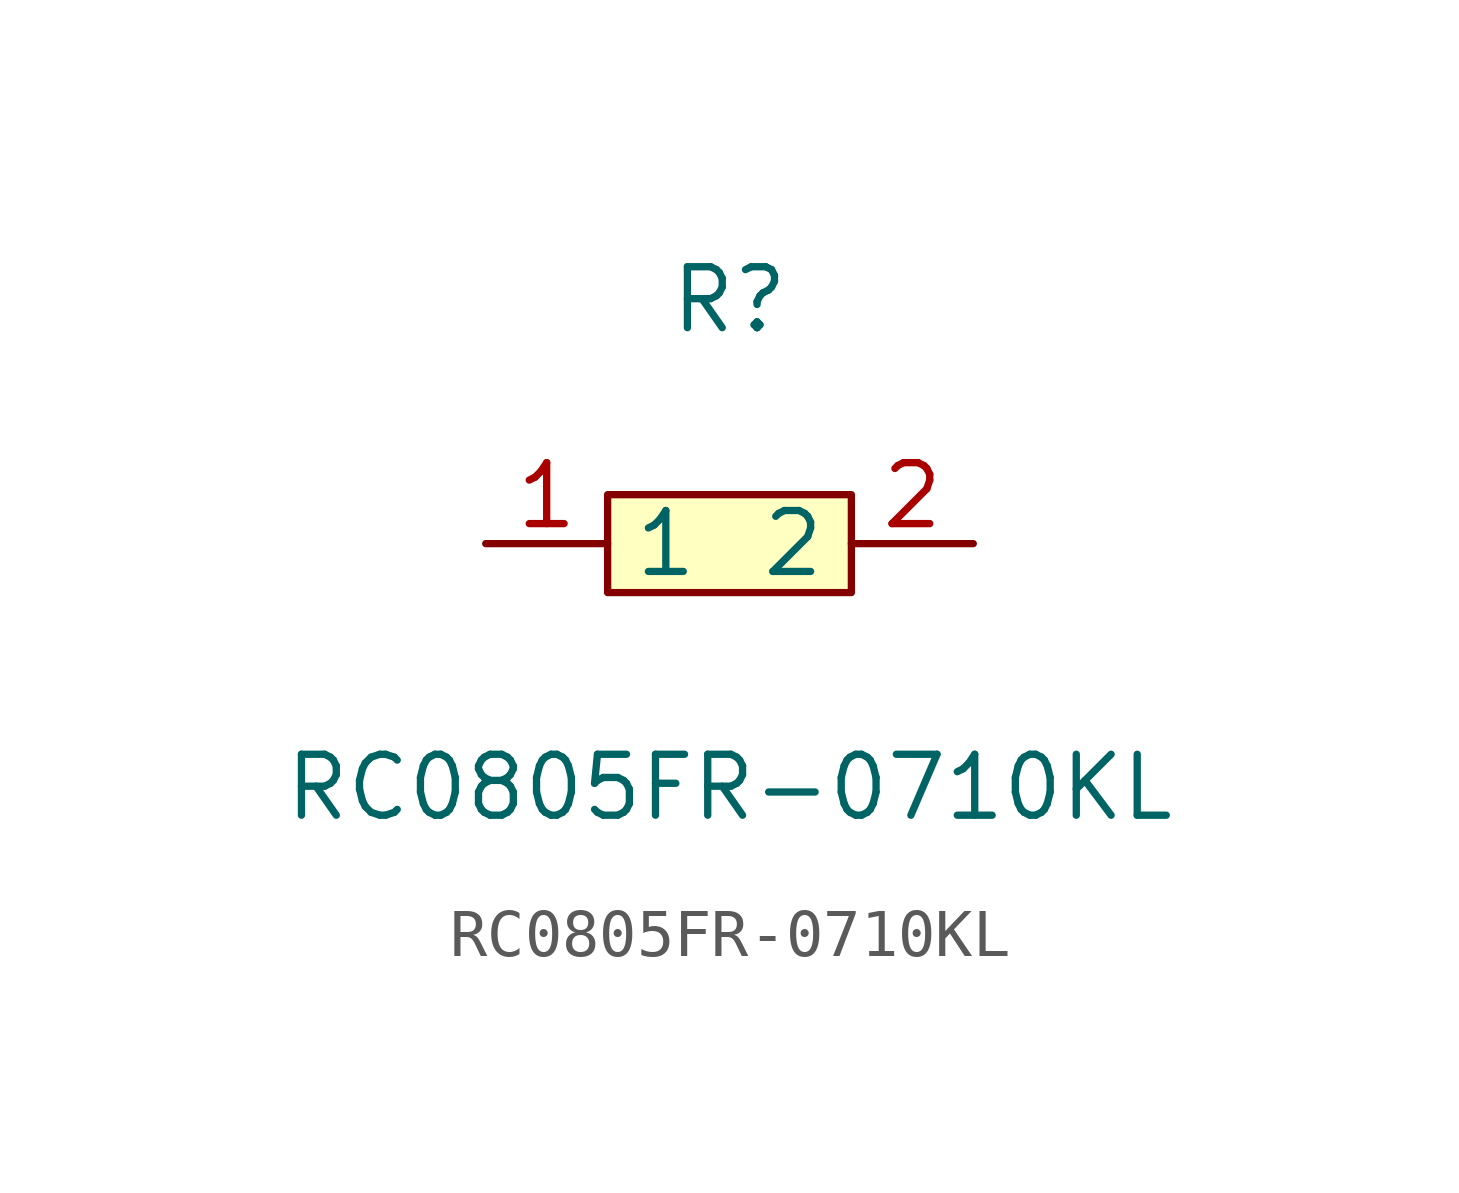
<source format=kicad_sym>
(kicad_symbol_lib
  (version 20211014)
  (generator https://github.com/uPesy/easyeda2kicad.py)
  (symbol "RC0805FR-0710KL"
    (property "Reference" "R"
      (at 0 5.08 0)
      (effects (font (size 1.27 1.27))))
    (property "Value" "RC0805FR-0710KL"
      (at 0 -5.08 0)
      (effects (font (size 1.27 1.27))))
    (symbol "RC0805FR-0710KL_0_1"
      (rectangle (start -2.54 1.02) (end 2.54 -1.02) (stroke (width 0) (type default) (color 0 0 0 0)) (fill (type background)))
      (pin input line (at 5.08 -0.00 180) (length 2.54) (name "2" (effects (font (size 1.27 1.27)))) (number "2" (effects (font (size 1.27 1.27)))))
      (pin input line (at -5.08 -0.00 0) (length 2.54) (name "1" (effects (font (size 1.27 1.27)))) (number "1" (effects (font (size 1.27 1.27))))))))
</source>
